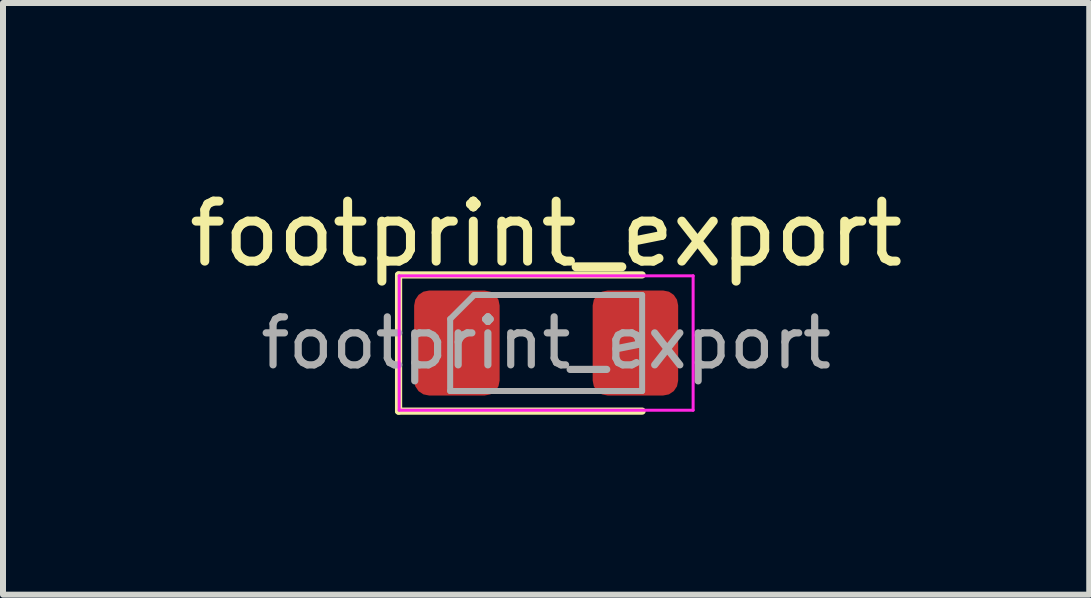
<source format=kicad_pcb>
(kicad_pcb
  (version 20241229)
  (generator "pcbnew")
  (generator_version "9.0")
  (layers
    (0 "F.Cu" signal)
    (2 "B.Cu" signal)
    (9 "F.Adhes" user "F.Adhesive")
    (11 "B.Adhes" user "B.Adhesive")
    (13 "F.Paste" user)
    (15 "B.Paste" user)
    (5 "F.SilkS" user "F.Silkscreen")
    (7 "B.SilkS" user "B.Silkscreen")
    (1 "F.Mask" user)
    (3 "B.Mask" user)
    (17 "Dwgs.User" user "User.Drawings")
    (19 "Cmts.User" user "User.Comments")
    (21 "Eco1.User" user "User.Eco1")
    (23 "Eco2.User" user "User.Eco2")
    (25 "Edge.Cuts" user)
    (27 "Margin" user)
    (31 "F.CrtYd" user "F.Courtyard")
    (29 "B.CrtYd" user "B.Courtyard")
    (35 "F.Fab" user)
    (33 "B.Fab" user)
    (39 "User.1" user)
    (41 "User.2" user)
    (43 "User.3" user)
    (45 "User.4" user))
  (footprint "footprint_export"
    (layer "F.Cu")
    (at 6.054 2.668)
    (property "Reference" "footprint_export" (at 0 -1.82 0) (layer "F.SilkS") (effects (font (size 1 1) (thickness 0.15))))
    (attr smd)
    (fp_line (start -2.46 -1.135) (end -2.46 1.135) (stroke (width 0.12) (type solid)) (layer "F.SilkS"))
    (fp_line (start -2.46 1.135) (end 1.6 1.135) (stroke (width 0.12) (type solid)) (layer "F.SilkS"))
    (fp_line (start 1.6 -1.135) (end -2.46 -1.135) (stroke (width 0.12) (type solid)) (layer "F.SilkS"))
    (fp_line (start -2.45 -1.12) (end 2.45 -1.12) (stroke (width 0.05) (type solid)) (layer "F.CrtYd"))
    (fp_line (start -2.45 1.12) (end -2.45 -1.12) (stroke (width 0.05) (type solid)) (layer "F.CrtYd"))
    (fp_line (start 2.45 -1.12) (end 2.45 1.12) (stroke (width 0.05) (type solid)) (layer "F.CrtYd"))
    (fp_line (start 2.45 1.12) (end -2.45 1.12) (stroke (width 0.05) (type solid)) (layer "F.CrtYd"))
    (fp_line (start -1.6 -0.4) (end -1.6 0.8) (stroke (width 0.1) (type solid)) (layer "F.Fab"))
    (fp_line (start -1.6 0.8) (end 1.6 0.8) (stroke (width 0.1) (type solid)) (layer "F.Fab"))
    (fp_line (start -1.2 -0.8) (end -1.6 -0.4) (stroke (width 0.1) (type solid)) (layer "F.Fab"))
    (fp_line (start 1.6 -0.8) (end -1.2 -0.8) (stroke (width 0.1) (type solid)) (layer "F.Fab"))
    (fp_line (start 1.6 0.8) (end 1.6 -0.8) (stroke (width 0.1) (type solid)) (layer "F.Fab"))
    (fp_text user "${REFERENCE}" (at 0 0 0) (layer "F.Fab") (effects (font (size 0.8 0.8) (thickness 0.12))))
    (pad "1" smd roundrect (at -1.488 0) (size 1.425 1.75) (layers "F.Cu" "F.Mask" "F.Paste") (roundrect_rratio 0.175))
    (pad "2" smd roundrect (at 1.488 0) (size 1.425 1.75) (layers "F.Cu" "F.Mask" "F.Paste") (roundrect_rratio 0.175)))
  (gr_rect
    (start -3 -3)
    (end 15.107 6.863)
    (stroke (width 0.1) (type default))
    (fill no)
    (layer "Edge.Cuts")))
</source>
